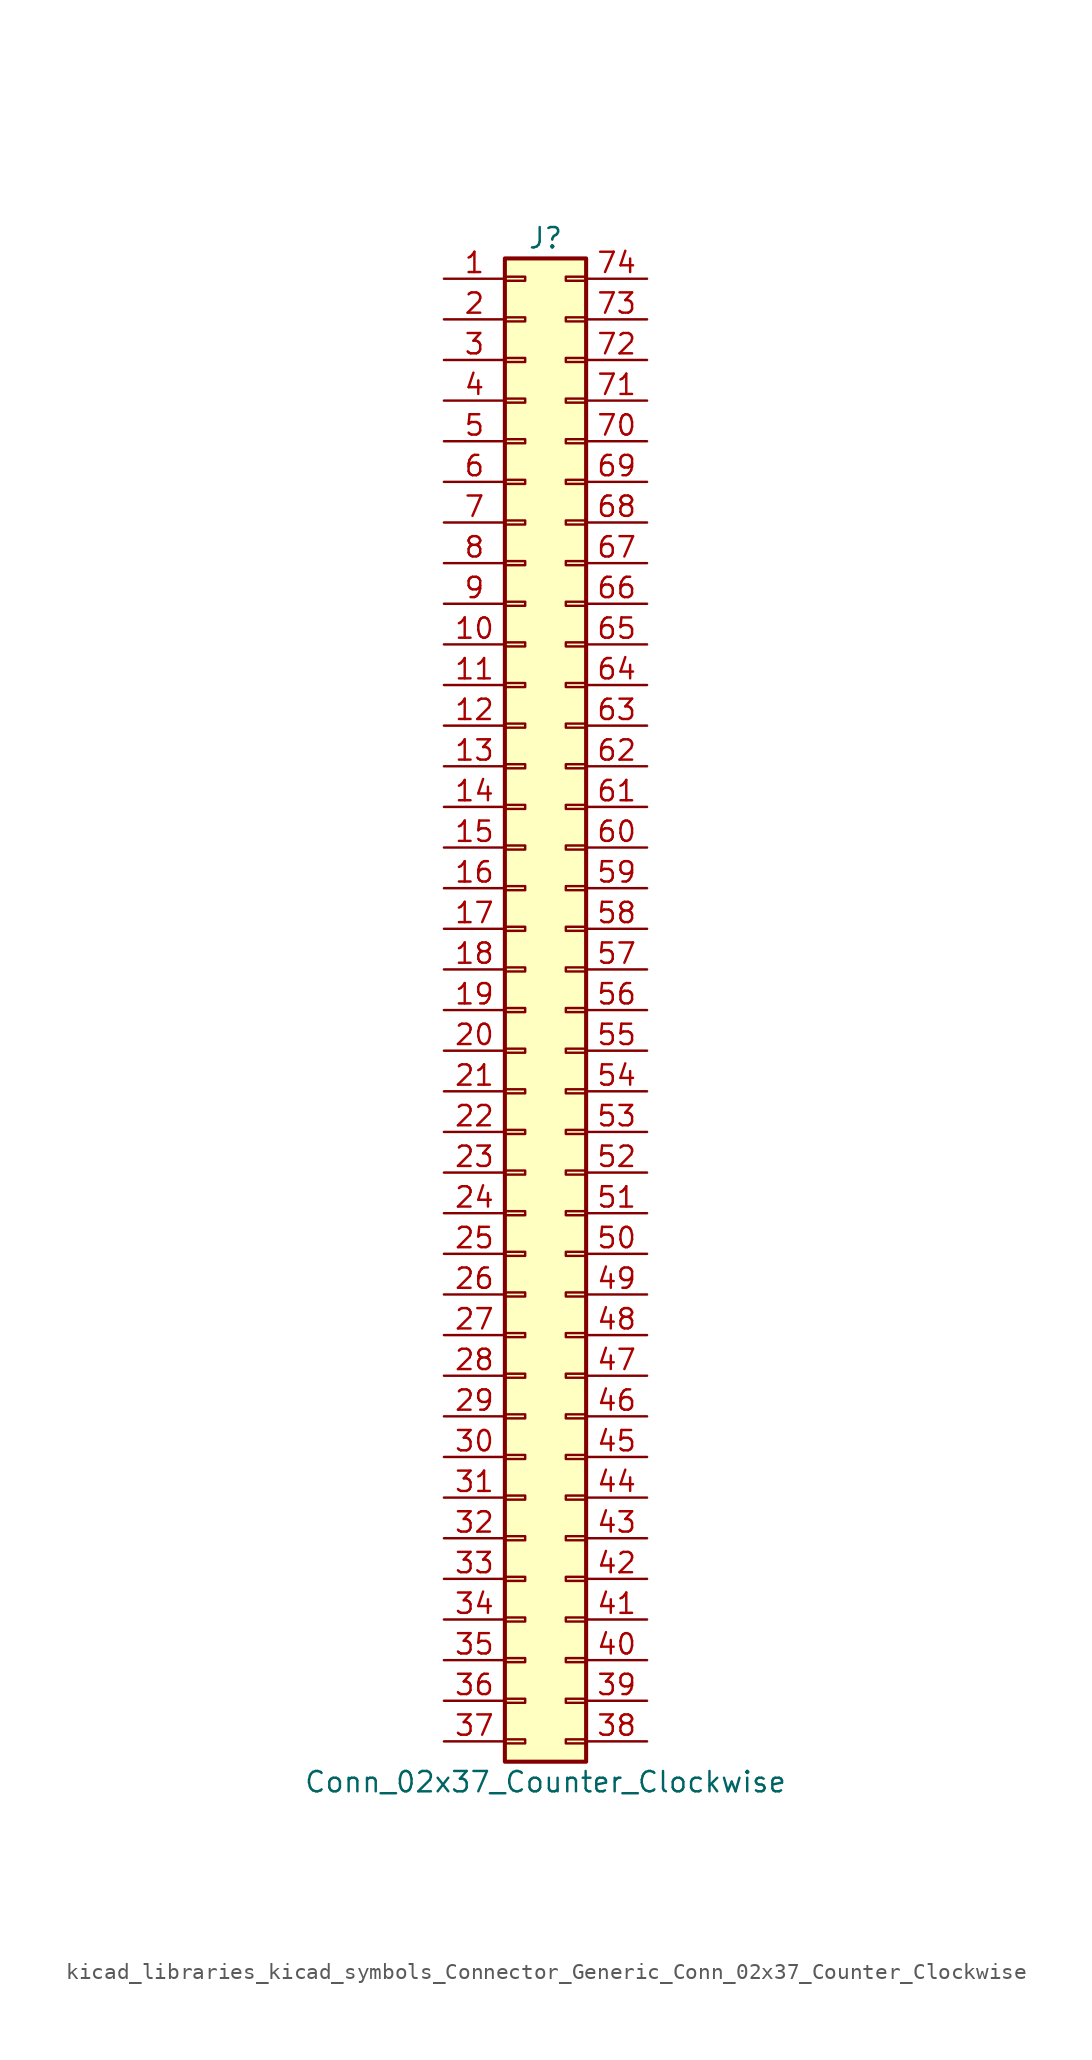
<source format=kicad_sym>
(kicad_symbol_lib
  (version 20220914)
  (generator kicad_symbol_editor)
  (symbol "kicad_libraries_kicad_symbols_Connector_Generic_Conn_02x37_Counter_Clockwise"
    (pin_names
      (offset 1.016) hide)
    (property "Reference" "J"
      (at 1.27 48.26 0)
      (effects (font (size 1.27 1.27))))
    (property "Value" "Conn_02x37_Counter_Clockwise"
      (at 1.27 -48.26 0)
      (effects (font (size 1.27 1.27))))
    (symbol "kicad_libraries_kicad_symbols_Connector_Generic_Conn_02x37_Counter_Clockwise_1_1"
      (rectangle (start -1.27 -45.593) (end 0 -45.847) (stroke (width 0.152) (type default)) (fill (type none)))
      (rectangle (start -1.27 -43.053) (end 0 -43.307) (stroke (width 0.152) (type default)) (fill (type none)))
      (rectangle (start -1.27 -40.513) (end 0 -40.767) (stroke (width 0.152) (type default)) (fill (type none)))
      (rectangle (start -1.27 -37.973) (end 0 -38.227) (stroke (width 0.152) (type default)) (fill (type none)))
      (rectangle (start -1.27 -35.433) (end 0 -35.687) (stroke (width 0.152) (type default)) (fill (type none)))
      (rectangle (start -1.27 -32.893) (end 0 -33.147) (stroke (width 0.152) (type default)) (fill (type none)))
      (rectangle (start -1.27 -30.353) (end 0 -30.607) (stroke (width 0.152) (type default)) (fill (type none)))
      (rectangle (start -1.27 -27.813) (end 0 -28.067) (stroke (width 0.152) (type default)) (fill (type none)))
      (rectangle (start -1.27 -25.273) (end 0 -25.527) (stroke (width 0.152) (type default)) (fill (type none)))
      (rectangle (start -1.27 -22.733) (end 0 -22.987) (stroke (width 0.152) (type default)) (fill (type none)))
      (rectangle (start -1.27 -20.193) (end 0 -20.447) (stroke (width 0.152) (type default)) (fill (type none)))
      (rectangle (start -1.27 -17.653) (end 0 -17.907) (stroke (width 0.152) (type default)) (fill (type none)))
      (rectangle (start -1.27 -15.113) (end 0 -15.367) (stroke (width 0.152) (type default)) (fill (type none)))
      (rectangle (start -1.27 -12.573) (end 0 -12.827) (stroke (width 0.152) (type default)) (fill (type none)))
      (rectangle (start -1.27 -10.033) (end 0 -10.287) (stroke (width 0.152) (type default)) (fill (type none)))
      (rectangle (start -1.27 -7.493) (end 0 -7.747) (stroke (width 0.152) (type default)) (fill (type none)))
      (rectangle (start -1.27 -4.953) (end 0 -5.207) (stroke (width 0.152) (type default)) (fill (type none)))
      (rectangle (start -1.27 -2.413) (end 0 -2.667) (stroke (width 0.152) (type default)) (fill (type none)))
      (rectangle (start -1.27 0.127) (end 0 -0.127) (stroke (width 0.152) (type default)) (fill (type none)))
      (rectangle (start -1.27 2.667) (end 0 2.413) (stroke (width 0.152) (type default)) (fill (type none)))
      (rectangle (start -1.27 5.207) (end 0 4.953) (stroke (width 0.152) (type default)) (fill (type none)))
      (rectangle (start -1.27 7.747) (end 0 7.493) (stroke (width 0.152) (type default)) (fill (type none)))
      (rectangle (start -1.27 10.287) (end 0 10.033) (stroke (width 0.152) (type default)) (fill (type none)))
      (rectangle (start -1.27 12.827) (end 0 12.573) (stroke (width 0.152) (type default)) (fill (type none)))
      (rectangle (start -1.27 15.367) (end 0 15.113) (stroke (width 0.152) (type default)) (fill (type none)))
      (rectangle (start -1.27 17.907) (end 0 17.653) (stroke (width 0.152) (type default)) (fill (type none)))
      (rectangle (start -1.27 20.447) (end 0 20.193) (stroke (width 0.152) (type default)) (fill (type none)))
      (rectangle (start -1.27 22.987) (end 0 22.733) (stroke (width 0.152) (type default)) (fill (type none)))
      (rectangle (start -1.27 25.527) (end 0 25.273) (stroke (width 0.152) (type default)) (fill (type none)))
      (rectangle (start -1.27 28.067) (end 0 27.813) (stroke (width 0.152) (type default)) (fill (type none)))
      (rectangle (start -1.27 30.607) (end 0 30.353) (stroke (width 0.152) (type default)) (fill (type none)))
      (rectangle (start -1.27 33.147) (end 0 32.893) (stroke (width 0.152) (type default)) (fill (type none)))
      (rectangle (start -1.27 35.687) (end 0 35.433) (stroke (width 0.152) (type default)) (fill (type none)))
      (rectangle (start -1.27 38.227) (end 0 37.973) (stroke (width 0.152) (type default)) (fill (type none)))
      (rectangle (start -1.27 40.767) (end 0 40.513) (stroke (width 0.152) (type default)) (fill (type none)))
      (rectangle (start -1.27 43.307) (end 0 43.053) (stroke (width 0.152) (type default)) (fill (type none)))
      (rectangle (start -1.27 45.847) (end 0 45.593) (stroke (width 0.152) (type default)) (fill (type none)))
      (rectangle (start -1.27 46.99) (end 3.81 -46.99) (stroke (width 0.254) (type default)) (fill (type background)))
      (rectangle (start 3.81 -45.593) (end 2.54 -45.847) (stroke (width 0.152) (type default)) (fill (type none)))
      (rectangle (start 3.81 -43.053) (end 2.54 -43.307) (stroke (width 0.152) (type default)) (fill (type none)))
      (rectangle (start 3.81 -40.513) (end 2.54 -40.767) (stroke (width 0.152) (type default)) (fill (type none)))
      (rectangle (start 3.81 -37.973) (end 2.54 -38.227) (stroke (width 0.152) (type default)) (fill (type none)))
      (rectangle (start 3.81 -35.433) (end 2.54 -35.687) (stroke (width 0.152) (type default)) (fill (type none)))
      (rectangle (start 3.81 -32.893) (end 2.54 -33.147) (stroke (width 0.152) (type default)) (fill (type none)))
      (rectangle (start 3.81 -30.353) (end 2.54 -30.607) (stroke (width 0.152) (type default)) (fill (type none)))
      (rectangle (start 3.81 -27.813) (end 2.54 -28.067) (stroke (width 0.152) (type default)) (fill (type none)))
      (rectangle (start 3.81 -25.273) (end 2.54 -25.527) (stroke (width 0.152) (type default)) (fill (type none)))
      (rectangle (start 3.81 -22.733) (end 2.54 -22.987) (stroke (width 0.152) (type default)) (fill (type none)))
      (rectangle (start 3.81 -20.193) (end 2.54 -20.447) (stroke (width 0.152) (type default)) (fill (type none)))
      (rectangle (start 3.81 -17.653) (end 2.54 -17.907) (stroke (width 0.152) (type default)) (fill (type none)))
      (rectangle (start 3.81 -15.113) (end 2.54 -15.367) (stroke (width 0.152) (type default)) (fill (type none)))
      (rectangle (start 3.81 -12.573) (end 2.54 -12.827) (stroke (width 0.152) (type default)) (fill (type none)))
      (rectangle (start 3.81 -10.033) (end 2.54 -10.287) (stroke (width 0.152) (type default)) (fill (type none)))
      (rectangle (start 3.81 -7.493) (end 2.54 -7.747) (stroke (width 0.152) (type default)) (fill (type none)))
      (rectangle (start 3.81 -4.953) (end 2.54 -5.207) (stroke (width 0.152) (type default)) (fill (type none)))
      (rectangle (start 3.81 -2.413) (end 2.54 -2.667) (stroke (width 0.152) (type default)) (fill (type none)))
      (rectangle (start 3.81 0.127) (end 2.54 -0.127) (stroke (width 0.152) (type default)) (fill (type none)))
      (rectangle (start 3.81 2.667) (end 2.54 2.413) (stroke (width 0.152) (type default)) (fill (type none)))
      (rectangle (start 3.81 5.207) (end 2.54 4.953) (stroke (width 0.152) (type default)) (fill (type none)))
      (rectangle (start 3.81 7.747) (end 2.54 7.493) (stroke (width 0.152) (type default)) (fill (type none)))
      (rectangle (start 3.81 10.287) (end 2.54 10.033) (stroke (width 0.152) (type default)) (fill (type none)))
      (rectangle (start 3.81 12.827) (end 2.54 12.573) (stroke (width 0.152) (type default)) (fill (type none)))
      (rectangle (start 3.81 15.367) (end 2.54 15.113) (stroke (width 0.152) (type default)) (fill (type none)))
      (rectangle (start 3.81 17.907) (end 2.54 17.653) (stroke (width 0.152) (type default)) (fill (type none)))
      (rectangle (start 3.81 20.447) (end 2.54 20.193) (stroke (width 0.152) (type default)) (fill (type none)))
      (rectangle (start 3.81 22.987) (end 2.54 22.733) (stroke (width 0.152) (type default)) (fill (type none)))
      (rectangle (start 3.81 25.527) (end 2.54 25.273) (stroke (width 0.152) (type default)) (fill (type none)))
      (rectangle (start 3.81 28.067) (end 2.54 27.813) (stroke (width 0.152) (type default)) (fill (type none)))
      (rectangle (start 3.81 30.607) (end 2.54 30.353) (stroke (width 0.152) (type default)) (fill (type none)))
      (rectangle (start 3.81 33.147) (end 2.54 32.893) (stroke (width 0.152) (type default)) (fill (type none)))
      (rectangle (start 3.81 35.687) (end 2.54 35.433) (stroke (width 0.152) (type default)) (fill (type none)))
      (rectangle (start 3.81 38.227) (end 2.54 37.973) (stroke (width 0.152) (type default)) (fill (type none)))
      (rectangle (start 3.81 40.767) (end 2.54 40.513) (stroke (width 0.152) (type default)) (fill (type none)))
      (rectangle (start 3.81 43.307) (end 2.54 43.053) (stroke (width 0.152) (type default)) (fill (type none)))
      (rectangle (start 3.81 45.847) (end 2.54 45.593) (stroke (width 0.152) (type default)) (fill (type none)))
      (pin passive line (at -5.08 45.72 0) (length 3.81) (name "Pin_1" (effects (font (size 1.27 1.27)))) (number "1" (effects (font (size 1.27 1.27)))))
      (pin passive line (at -5.08 22.86 0) (length 3.81) (name "Pin_10" (effects (font (size 1.27 1.27)))) (number "10" (effects (font (size 1.27 1.27)))))
      (pin passive line (at -5.08 20.32 0) (length 3.81) (name "Pin_11" (effects (font (size 1.27 1.27)))) (number "11" (effects (font (size 1.27 1.27)))))
      (pin passive line (at -5.08 17.78 0) (length 3.81) (name "Pin_12" (effects (font (size 1.27 1.27)))) (number "12" (effects (font (size 1.27 1.27)))))
      (pin passive line (at -5.08 15.24 0) (length 3.81) (name "Pin_13" (effects (font (size 1.27 1.27)))) (number "13" (effects (font (size 1.27 1.27)))))
      (pin passive line (at -5.08 12.7 0) (length 3.81) (name "Pin_14" (effects (font (size 1.27 1.27)))) (number "14" (effects (font (size 1.27 1.27)))))
      (pin passive line (at -5.08 10.16 0) (length 3.81) (name "Pin_15" (effects (font (size 1.27 1.27)))) (number "15" (effects (font (size 1.27 1.27)))))
      (pin passive line (at -5.08 7.62 0) (length 3.81) (name "Pin_16" (effects (font (size 1.27 1.27)))) (number "16" (effects (font (size 1.27 1.27)))))
      (pin passive line (at -5.08 5.08 0) (length 3.81) (name "Pin_17" (effects (font (size 1.27 1.27)))) (number "17" (effects (font (size 1.27 1.27)))))
      (pin passive line (at -5.08 2.54 0) (length 3.81) (name "Pin_18" (effects (font (size 1.27 1.27)))) (number "18" (effects (font (size 1.27 1.27)))))
      (pin passive line (at -5.08 0 0) (length 3.81) (name "Pin_19" (effects (font (size 1.27 1.27)))) (number "19" (effects (font (size 1.27 1.27)))))
      (pin passive line (at -5.08 43.18 0) (length 3.81) (name "Pin_2" (effects (font (size 1.27 1.27)))) (number "2" (effects (font (size 1.27 1.27)))))
      (pin passive line (at -5.08 -2.54 0) (length 3.81) (name "Pin_20" (effects (font (size 1.27 1.27)))) (number "20" (effects (font (size 1.27 1.27)))))
      (pin passive line (at -5.08 -5.08 0) (length 3.81) (name "Pin_21" (effects (font (size 1.27 1.27)))) (number "21" (effects (font (size 1.27 1.27)))))
      (pin passive line (at -5.08 -7.62 0) (length 3.81) (name "Pin_22" (effects (font (size 1.27 1.27)))) (number "22" (effects (font (size 1.27 1.27)))))
      (pin passive line (at -5.08 -10.16 0) (length 3.81) (name "Pin_23" (effects (font (size 1.27 1.27)))) (number "23" (effects (font (size 1.27 1.27)))))
      (pin passive line (at -5.08 -12.7 0) (length 3.81) (name "Pin_24" (effects (font (size 1.27 1.27)))) (number "24" (effects (font (size 1.27 1.27)))))
      (pin passive line (at -5.08 -15.24 0) (length 3.81) (name "Pin_25" (effects (font (size 1.27 1.27)))) (number "25" (effects (font (size 1.27 1.27)))))
      (pin passive line (at -5.08 -17.78 0) (length 3.81) (name "Pin_26" (effects (font (size 1.27 1.27)))) (number "26" (effects (font (size 1.27 1.27)))))
      (pin passive line (at -5.08 -20.32 0) (length 3.81) (name "Pin_27" (effects (font (size 1.27 1.27)))) (number "27" (effects (font (size 1.27 1.27)))))
      (pin passive line (at -5.08 -22.86 0) (length 3.81) (name "Pin_28" (effects (font (size 1.27 1.27)))) (number "28" (effects (font (size 1.27 1.27)))))
      (pin passive line (at -5.08 -25.4 0) (length 3.81) (name "Pin_29" (effects (font (size 1.27 1.27)))) (number "29" (effects (font (size 1.27 1.27)))))
      (pin passive line (at -5.08 40.64 0) (length 3.81) (name "Pin_3" (effects (font (size 1.27 1.27)))) (number "3" (effects (font (size 1.27 1.27)))))
      (pin passive line (at -5.08 -27.94 0) (length 3.81) (name "Pin_30" (effects (font (size 1.27 1.27)))) (number "30" (effects (font (size 1.27 1.27)))))
      (pin passive line (at -5.08 -30.48 0) (length 3.81) (name "Pin_31" (effects (font (size 1.27 1.27)))) (number "31" (effects (font (size 1.27 1.27)))))
      (pin passive line (at -5.08 -33.02 0) (length 3.81) (name "Pin_32" (effects (font (size 1.27 1.27)))) (number "32" (effects (font (size 1.27 1.27)))))
      (pin passive line (at -5.08 -35.56 0) (length 3.81) (name "Pin_33" (effects (font (size 1.27 1.27)))) (number "33" (effects (font (size 1.27 1.27)))))
      (pin passive line (at -5.08 -38.1 0) (length 3.81) (name "Pin_34" (effects (font (size 1.27 1.27)))) (number "34" (effects (font (size 1.27 1.27)))))
      (pin passive line (at -5.08 -40.64 0) (length 3.81) (name "Pin_35" (effects (font (size 1.27 1.27)))) (number "35" (effects (font (size 1.27 1.27)))))
      (pin passive line (at -5.08 -43.18 0) (length 3.81) (name "Pin_36" (effects (font (size 1.27 1.27)))) (number "36" (effects (font (size 1.27 1.27)))))
      (pin passive line (at -5.08 -45.72 0) (length 3.81) (name "Pin_37" (effects (font (size 1.27 1.27)))) (number "37" (effects (font (size 1.27 1.27)))))
      (pin passive line (at 7.62 -45.72 180) (length 3.81) (name "Pin_38" (effects (font (size 1.27 1.27)))) (number "38" (effects (font (size 1.27 1.27)))))
      (pin passive line (at 7.62 -43.18 180) (length 3.81) (name "Pin_39" (effects (font (size 1.27 1.27)))) (number "39" (effects (font (size 1.27 1.27)))))
      (pin passive line (at -5.08 38.1 0) (length 3.81) (name "Pin_4" (effects (font (size 1.27 1.27)))) (number "4" (effects (font (size 1.27 1.27)))))
      (pin passive line (at 7.62 -40.64 180) (length 3.81) (name "Pin_40" (effects (font (size 1.27 1.27)))) (number "40" (effects (font (size 1.27 1.27)))))
      (pin passive line (at 7.62 -38.1 180) (length 3.81) (name "Pin_41" (effects (font (size 1.27 1.27)))) (number "41" (effects (font (size 1.27 1.27)))))
      (pin passive line (at 7.62 -35.56 180) (length 3.81) (name "Pin_42" (effects (font (size 1.27 1.27)))) (number "42" (effects (font (size 1.27 1.27)))))
      (pin passive line (at 7.62 -33.02 180) (length 3.81) (name "Pin_43" (effects (font (size 1.27 1.27)))) (number "43" (effects (font (size 1.27 1.27)))))
      (pin passive line (at 7.62 -30.48 180) (length 3.81) (name "Pin_44" (effects (font (size 1.27 1.27)))) (number "44" (effects (font (size 1.27 1.27)))))
      (pin passive line (at 7.62 -27.94 180) (length 3.81) (name "Pin_45" (effects (font (size 1.27 1.27)))) (number "45" (effects (font (size 1.27 1.27)))))
      (pin passive line (at 7.62 -25.4 180) (length 3.81) (name "Pin_46" (effects (font (size 1.27 1.27)))) (number "46" (effects (font (size 1.27 1.27)))))
      (pin passive line (at 7.62 -22.86 180) (length 3.81) (name "Pin_47" (effects (font (size 1.27 1.27)))) (number "47" (effects (font (size 1.27 1.27)))))
      (pin passive line (at 7.62 -20.32 180) (length 3.81) (name "Pin_48" (effects (font (size 1.27 1.27)))) (number "48" (effects (font (size 1.27 1.27)))))
      (pin passive line (at 7.62 -17.78 180) (length 3.81) (name "Pin_49" (effects (font (size 1.27 1.27)))) (number "49" (effects (font (size 1.27 1.27)))))
      (pin passive line (at -5.08 35.56 0) (length 3.81) (name "Pin_5" (effects (font (size 1.27 1.27)))) (number "5" (effects (font (size 1.27 1.27)))))
      (pin passive line (at 7.62 -15.24 180) (length 3.81) (name "Pin_50" (effects (font (size 1.27 1.27)))) (number "50" (effects (font (size 1.27 1.27)))))
      (pin passive line (at 7.62 -12.7 180) (length 3.81) (name "Pin_51" (effects (font (size 1.27 1.27)))) (number "51" (effects (font (size 1.27 1.27)))))
      (pin passive line (at 7.62 -10.16 180) (length 3.81) (name "Pin_52" (effects (font (size 1.27 1.27)))) (number "52" (effects (font (size 1.27 1.27)))))
      (pin passive line (at 7.62 -7.62 180) (length 3.81) (name "Pin_53" (effects (font (size 1.27 1.27)))) (number "53" (effects (font (size 1.27 1.27)))))
      (pin passive line (at 7.62 -5.08 180) (length 3.81) (name "Pin_54" (effects (font (size 1.27 1.27)))) (number "54" (effects (font (size 1.27 1.27)))))
      (pin passive line (at 7.62 -2.54 180) (length 3.81) (name "Pin_55" (effects (font (size 1.27 1.27)))) (number "55" (effects (font (size 1.27 1.27)))))
      (pin passive line (at 7.62 0 180) (length 3.81) (name "Pin_56" (effects (font (size 1.27 1.27)))) (number "56" (effects (font (size 1.27 1.27)))))
      (pin passive line (at 7.62 2.54 180) (length 3.81) (name "Pin_57" (effects (font (size 1.27 1.27)))) (number "57" (effects (font (size 1.27 1.27)))))
      (pin passive line (at 7.62 5.08 180) (length 3.81) (name "Pin_58" (effects (font (size 1.27 1.27)))) (number "58" (effects (font (size 1.27 1.27)))))
      (pin passive line (at 7.62 7.62 180) (length 3.81) (name "Pin_59" (effects (font (size 1.27 1.27)))) (number "59" (effects (font (size 1.27 1.27)))))
      (pin passive line (at -5.08 33.02 0) (length 3.81) (name "Pin_6" (effects (font (size 1.27 1.27)))) (number "6" (effects (font (size 1.27 1.27)))))
      (pin passive line (at 7.62 10.16 180) (length 3.81) (name "Pin_60" (effects (font (size 1.27 1.27)))) (number "60" (effects (font (size 1.27 1.27)))))
      (pin passive line (at 7.62 12.7 180) (length 3.81) (name "Pin_61" (effects (font (size 1.27 1.27)))) (number "61" (effects (font (size 1.27 1.27)))))
      (pin passive line (at 7.62 15.24 180) (length 3.81) (name "Pin_62" (effects (font (size 1.27 1.27)))) (number "62" (effects (font (size 1.27 1.27)))))
      (pin passive line (at 7.62 17.78 180) (length 3.81) (name "Pin_63" (effects (font (size 1.27 1.27)))) (number "63" (effects (font (size 1.27 1.27)))))
      (pin passive line (at 7.62 20.32 180) (length 3.81) (name "Pin_64" (effects (font (size 1.27 1.27)))) (number "64" (effects (font (size 1.27 1.27)))))
      (pin passive line (at 7.62 22.86 180) (length 3.81) (name "Pin_65" (effects (font (size 1.27 1.27)))) (number "65" (effects (font (size 1.27 1.27)))))
      (pin passive line (at 7.62 25.4 180) (length 3.81) (name "Pin_66" (effects (font (size 1.27 1.27)))) (number "66" (effects (font (size 1.27 1.27)))))
      (pin passive line (at 7.62 27.94 180) (length 3.81) (name "Pin_67" (effects (font (size 1.27 1.27)))) (number "67" (effects (font (size 1.27 1.27)))))
      (pin passive line (at 7.62 30.48 180) (length 3.81) (name "Pin_68" (effects (font (size 1.27 1.27)))) (number "68" (effects (font (size 1.27 1.27)))))
      (pin passive line (at 7.62 33.02 180) (length 3.81) (name "Pin_69" (effects (font (size 1.27 1.27)))) (number "69" (effects (font (size 1.27 1.27)))))
      (pin passive line (at -5.08 30.48 0) (length 3.81) (name "Pin_7" (effects (font (size 1.27 1.27)))) (number "7" (effects (font (size 1.27 1.27)))))
      (pin passive line (at 7.62 35.56 180) (length 3.81) (name "Pin_70" (effects (font (size 1.27 1.27)))) (number "70" (effects (font (size 1.27 1.27)))))
      (pin passive line (at 7.62 38.1 180) (length 3.81) (name "Pin_71" (effects (font (size 1.27 1.27)))) (number "71" (effects (font (size 1.27 1.27)))))
      (pin passive line (at 7.62 40.64 180) (length 3.81) (name "Pin_72" (effects (font (size 1.27 1.27)))) (number "72" (effects (font (size 1.27 1.27)))))
      (pin passive line (at 7.62 43.18 180) (length 3.81) (name "Pin_73" (effects (font (size 1.27 1.27)))) (number "73" (effects (font (size 1.27 1.27)))))
      (pin passive line (at 7.62 45.72 180) (length 3.81) (name "Pin_74" (effects (font (size 1.27 1.27)))) (number "74" (effects (font (size 1.27 1.27)))))
      (pin passive line (at -5.08 27.94 0) (length 3.81) (name "Pin_8" (effects (font (size 1.27 1.27)))) (number "8" (effects (font (size 1.27 1.27)))))
      (pin passive line (at -5.08 25.4 0) (length 3.81) (name "Pin_9" (effects (font (size 1.27 1.27)))) (number "9" (effects (font (size 1.27 1.27))))))))
</source>
